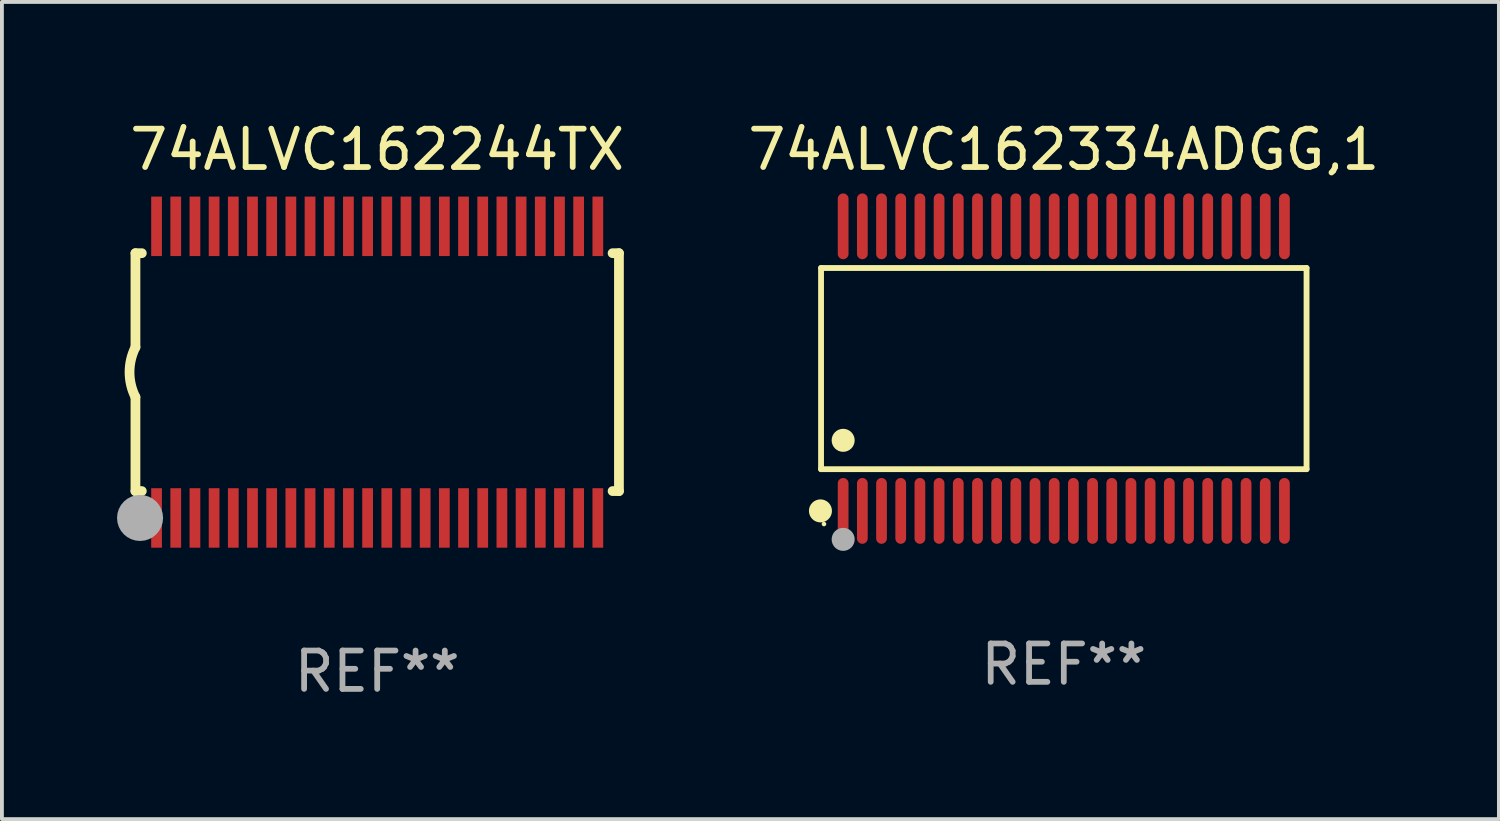
<source format=kicad_pcb>
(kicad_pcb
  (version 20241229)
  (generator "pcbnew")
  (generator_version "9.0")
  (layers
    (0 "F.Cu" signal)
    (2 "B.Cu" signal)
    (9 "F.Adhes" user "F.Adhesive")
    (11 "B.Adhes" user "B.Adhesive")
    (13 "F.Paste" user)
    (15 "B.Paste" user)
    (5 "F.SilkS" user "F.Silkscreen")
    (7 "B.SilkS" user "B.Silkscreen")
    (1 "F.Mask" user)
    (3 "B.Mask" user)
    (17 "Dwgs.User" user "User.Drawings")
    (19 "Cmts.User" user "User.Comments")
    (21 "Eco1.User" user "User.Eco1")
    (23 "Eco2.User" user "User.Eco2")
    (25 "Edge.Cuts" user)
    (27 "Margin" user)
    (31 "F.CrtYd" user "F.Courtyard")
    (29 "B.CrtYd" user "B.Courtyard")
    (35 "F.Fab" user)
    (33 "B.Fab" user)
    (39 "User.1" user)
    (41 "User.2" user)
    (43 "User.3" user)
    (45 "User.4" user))
  (footprint "74ALVC162334ADGG,1"
    (layer "F.Cu")
    (at 24.673 6.556)
    (property "Reference" "74ALVC162334ADGG,1" (at 0 -5.708 0) (layer "F.SilkS") (effects (font (size 1 1) (thickness 0.15))))
    (attr through_hole)
    (fp_line (start -6.326 -2.622) (end 6.326 -2.622) (stroke (width 0.152) (type solid)) (layer "F.SilkS"))
    (fp_line (start -6.326 2.621) (end -6.326 -2.622) (stroke (width 0.152) (type solid)) (layer "F.SilkS"))
    (fp_line (start 6.326 -2.622) (end 6.326 2.621) (stroke (width 0.152) (type solid)) (layer "F.SilkS"))
    (fp_line (start 6.326 2.621) (end -6.326 2.621) (stroke (width 0.152) (type solid)) (layer "F.SilkS"))
    (fp_circle (center -6.342 3.708) (end -6.192 3.708) (stroke (width 0.3) (type solid)) (fill no) (layer "F.SilkS"))
    (fp_circle (center -6.25 4.05) (end -6.22 4.05) (stroke (width 0.06) (type solid)) (fill no) (layer "F.SilkS"))
    (fp_circle (center -5.75 1.869) (end -5.6 1.869) (stroke (width 0.3) (type solid)) (fill no) (layer "F.SilkS"))
    (fp_circle (center -5.75 4.45) (end -5.6 4.45) (stroke (width 0.3) (type solid)) (fill no) (layer "F.Fab"))
    (fp_text user "REF**" (at 0 7.708 0) (layer "F.Fab") (effects (font (size 1 1) (thickness 0.15))))
    (pad "1" smd oval (at -5.75 3.708) (size 0.28 1.715) (layers "F.Cu" "F.Mask" "F.Paste"))
    (pad "2" smd oval (at -5.25 3.708) (size 0.28 1.715) (layers "F.Cu" "F.Mask" "F.Paste"))
    (pad "3" smd oval (at -4.75 3.708) (size 0.28 1.715) (layers "F.Cu" "F.Mask" "F.Paste"))
    (pad "4" smd oval (at -4.25 3.708) (size 0.28 1.715) (layers "F.Cu" "F.Mask" "F.Paste"))
    (pad "5" smd oval (at -3.75 3.708) (size 0.28 1.715) (layers "F.Cu" "F.Mask" "F.Paste"))
    (pad "6" smd oval (at -3.25 3.708) (size 0.28 1.715) (layers "F.Cu" "F.Mask" "F.Paste"))
    (pad "7" smd oval (at -2.75 3.708) (size 0.28 1.715) (layers "F.Cu" "F.Mask" "F.Paste"))
    (pad "8" smd oval (at -2.25 3.708) (size 0.28 1.715) (layers "F.Cu" "F.Mask" "F.Paste"))
    (pad "9" smd oval (at -1.75 3.708) (size 0.28 1.715) (layers "F.Cu" "F.Mask" "F.Paste"))
    (pad "10" smd oval (at -1.25 3.708) (size 0.28 1.715) (layers "F.Cu" "F.Mask" "F.Paste"))
    (pad "11" smd oval (at -0.75 3.708) (size 0.28 1.715) (layers "F.Cu" "F.Mask" "F.Paste"))
    (pad "12" smd oval (at -0.25 3.708) (size 0.28 1.715) (layers "F.Cu" "F.Mask" "F.Paste"))
    (pad "13" smd oval (at 0.25 3.708) (size 0.28 1.715) (layers "F.Cu" "F.Mask" "F.Paste"))
    (pad "14" smd oval (at 0.75 3.708) (size 0.28 1.715) (layers "F.Cu" "F.Mask" "F.Paste"))
    (pad "15" smd oval (at 1.25 3.708) (size 0.28 1.715) (layers "F.Cu" "F.Mask" "F.Paste"))
    (pad "16" smd oval (at 1.75 3.708) (size 0.28 1.715) (layers "F.Cu" "F.Mask" "F.Paste"))
    (pad "17" smd oval (at 2.25 3.708) (size 0.28 1.715) (layers "F.Cu" "F.Mask" "F.Paste"))
    (pad "18" smd oval (at 2.75 3.708) (size 0.28 1.715) (layers "F.Cu" "F.Mask" "F.Paste"))
    (pad "19" smd oval (at 3.25 3.708) (size 0.28 1.715) (layers "F.Cu" "F.Mask" "F.Paste"))
    (pad "20" smd oval (at 3.75 3.708) (size 0.28 1.715) (layers "F.Cu" "F.Mask" "F.Paste"))
    (pad "21" smd oval (at 4.25 3.708) (size 0.28 1.715) (layers "F.Cu" "F.Mask" "F.Paste"))
    (pad "22" smd oval (at 4.75 3.708) (size 0.28 1.715) (layers "F.Cu" "F.Mask" "F.Paste"))
    (pad "23" smd oval (at 5.25 3.708) (size 0.28 1.715) (layers "F.Cu" "F.Mask" "F.Paste"))
    (pad "24" smd oval (at 5.75 3.708) (size 0.28 1.715) (layers "F.Cu" "F.Mask" "F.Paste"))
    (pad "25" smd oval (at 5.75 -3.708) (size 0.28 1.715) (layers "F.Cu" "F.Mask" "F.Paste"))
    (pad "26" smd oval (at 5.25 -3.708) (size 0.28 1.715) (layers "F.Cu" "F.Mask" "F.Paste"))
    (pad "27" smd oval (at 4.75 -3.708) (size 0.28 1.715) (layers "F.Cu" "F.Mask" "F.Paste"))
    (pad "28" smd oval (at 4.25 -3.708) (size 0.28 1.715) (layers "F.Cu" "F.Mask" "F.Paste"))
    (pad "29" smd oval (at 3.75 -3.708) (size 0.28 1.715) (layers "F.Cu" "F.Mask" "F.Paste"))
    (pad "30" smd oval (at 3.25 -3.708) (size 0.28 1.715) (layers "F.Cu" "F.Mask" "F.Paste"))
    (pad "31" smd oval (at 2.75 -3.708) (size 0.28 1.715) (layers "F.Cu" "F.Mask" "F.Paste"))
    (pad "32" smd oval (at 2.25 -3.708) (size 0.28 1.715) (layers "F.Cu" "F.Mask" "F.Paste"))
    (pad "33" smd oval (at 1.75 -3.708) (size 0.28 1.715) (layers "F.Cu" "F.Mask" "F.Paste"))
    (pad "34" smd oval (at 1.25 -3.708) (size 0.28 1.715) (layers "F.Cu" "F.Mask" "F.Paste"))
    (pad "35" smd oval (at 0.75 -3.708) (size 0.28 1.715) (layers "F.Cu" "F.Mask" "F.Paste"))
    (pad "36" smd oval (at 0.25 -3.708) (size 0.28 1.715) (layers "F.Cu" "F.Mask" "F.Paste"))
    (pad "37" smd oval (at -0.25 -3.708) (size 0.28 1.715) (layers "F.Cu" "F.Mask" "F.Paste"))
    (pad "38" smd oval (at -0.75 -3.708) (size 0.28 1.715) (layers "F.Cu" "F.Mask" "F.Paste"))
    (pad "39" smd oval (at -1.25 -3.708) (size 0.28 1.715) (layers "F.Cu" "F.Mask" "F.Paste"))
    (pad "40" smd oval (at -1.75 -3.708) (size 0.28 1.715) (layers "F.Cu" "F.Mask" "F.Paste"))
    (pad "41" smd oval (at -2.25 -3.708) (size 0.28 1.715) (layers "F.Cu" "F.Mask" "F.Paste"))
    (pad "42" smd oval (at -2.75 -3.708) (size 0.28 1.715) (layers "F.Cu" "F.Mask" "F.Paste"))
    (pad "43" smd oval (at -3.25 -3.708) (size 0.28 1.715) (layers "F.Cu" "F.Mask" "F.Paste"))
    (pad "44" smd oval (at -3.75 -3.708) (size 0.28 1.715) (layers "F.Cu" "F.Mask" "F.Paste"))
    (pad "45" smd oval (at -4.25 -3.708) (size 0.28 1.715) (layers "F.Cu" "F.Mask" "F.Paste"))
    (pad "46" smd oval (at -4.75 -3.708) (size 0.28 1.715) (layers "F.Cu" "F.Mask" "F.Paste"))
    (pad "47" smd oval (at -5.25 -3.708) (size 0.28 1.715) (layers "F.Cu" "F.Mask" "F.Paste"))
    (pad "48" smd oval (at -5.75 -3.708) (size 0.28 1.715) (layers "F.Cu" "F.Mask" "F.Paste")))
  (footprint "74ALVC162244TX"
    (layer "F.Cu")
    (at 6.78 6.648)
    (property "Reference" "74ALVC162244TX" (at 0 -5.8 0) (layer "F.SilkS") (effects (font (size 1 1) (thickness 0.15))))
    (attr through_hole)
    (fp_line (start -6.3 -3.1) (end -6.3 -0.65) (stroke (width 0.254) (type solid)) (layer "F.SilkS"))
    (fp_line (start -6.3 -3.1) (end -6.134 -3.1) (stroke (width 0.254) (type solid)) (layer "F.SilkS"))
    (fp_line (start -6.3 3.1) (end -6.3 0.65) (stroke (width 0.254) (type solid)) (layer "F.SilkS"))
    (fp_line (start -6.3 3.1) (end -6.134 3.1) (stroke (width 0.254) (type solid)) (layer "F.SilkS"))
    (fp_line (start 6.134 -3.1) (end 6.3 -3.1) (stroke (width 0.254) (type solid)) (layer "F.SilkS"))
    (fp_line (start 6.134 3.1) (end 6.3 3.1) (stroke (width 0.254) (type solid)) (layer "F.SilkS"))
    (fp_line (start 6.3 -3.1) (end 6.3 3.1) (stroke (width 0.254) (type solid)) (layer "F.SilkS"))
    (fp_arc (start -6.301016 0.650114) (mid -6.45413 -0.000082) (end -6.3 -0.650038) (stroke (width 0.254001) (type solid)) (layer "F.SilkS"))
    (fp_circle (center -6.35 3.81) (end -6.223 3.81) (stroke (width 0.254) (type solid)) (fill no) (layer "F.SilkS"))
    (fp_circle (center -6.25 4.05) (end -6.22 4.05) (stroke (width 0.06) (type solid)) (fill no) (layer "F.SilkS"))
    (fp_circle (center -6.18 3.8) (end -5.88 3.8) (stroke (width 0.6) (type solid)) (fill no) (layer "F.Fab"))
    (fp_text user "REF**" (at 0 7.8 0) (layer "F.Fab") (effects (font (size 1 1) (thickness 0.15))))
    (pad "1" smd rect (at -5.75 3.8) (size 0.28 1.55) (layers "F.Cu" "F.Mask" "F.Paste"))
    (pad "2" smd rect (at -5.25 3.8) (size 0.28 1.55) (layers "F.Cu" "F.Mask" "F.Paste"))
    (pad "3" smd rect (at -4.75 3.8) (size 0.28 1.55) (layers "F.Cu" "F.Mask" "F.Paste"))
    (pad "4" smd rect (at -4.25 3.8) (size 0.28 1.55) (layers "F.Cu" "F.Mask" "F.Paste"))
    (pad "5" smd rect (at -3.75 3.8) (size 0.28 1.55) (layers "F.Cu" "F.Mask" "F.Paste"))
    (pad "6" smd rect (at -3.25 3.8) (size 0.28 1.55) (layers "F.Cu" "F.Mask" "F.Paste"))
    (pad "7" smd rect (at -2.75 3.8) (size 0.28 1.55) (layers "F.Cu" "F.Mask" "F.Paste"))
    (pad "8" smd rect (at -2.25 3.8) (size 0.28 1.55) (layers "F.Cu" "F.Mask" "F.Paste"))
    (pad "9" smd rect (at -1.75 3.8) (size 0.28 1.55) (layers "F.Cu" "F.Mask" "F.Paste"))
    (pad "10" smd rect (at -1.25 3.8) (size 0.28 1.55) (layers "F.Cu" "F.Mask" "F.Paste"))
    (pad "11" smd rect (at -0.75 3.8) (size 0.28 1.55) (layers "F.Cu" "F.Mask" "F.Paste"))
    (pad "12" smd rect (at -0.25 3.8) (size 0.28 1.55) (layers "F.Cu" "F.Mask" "F.Paste"))
    (pad "13" smd rect (at 0.25 3.8) (size 0.28 1.55) (layers "F.Cu" "F.Mask" "F.Paste"))
    (pad "14" smd rect (at 0.75 3.8) (size 0.28 1.55) (layers "F.Cu" "F.Mask" "F.Paste"))
    (pad "15" smd rect (at 1.25 3.8) (size 0.28 1.55) (layers "F.Cu" "F.Mask" "F.Paste"))
    (pad "16" smd rect (at 1.75 3.8) (size 0.28 1.55) (layers "F.Cu" "F.Mask" "F.Paste"))
    (pad "17" smd rect (at 2.25 3.8) (size 0.28 1.55) (layers "F.Cu" "F.Mask" "F.Paste"))
    (pad "18" smd rect (at 2.75 3.8) (size 0.28 1.55) (layers "F.Cu" "F.Mask" "F.Paste"))
    (pad "19" smd rect (at 3.25 3.8) (size 0.28 1.55) (layers "F.Cu" "F.Mask" "F.Paste"))
    (pad "20" smd rect (at 3.75 3.8) (size 0.28 1.55) (layers "F.Cu" "F.Mask" "F.Paste"))
    (pad "21" smd rect (at 4.25 3.8) (size 0.28 1.55) (layers "F.Cu" "F.Mask" "F.Paste"))
    (pad "22" smd rect (at 4.75 3.8) (size 0.28 1.55) (layers "F.Cu" "F.Mask" "F.Paste"))
    (pad "23" smd rect (at 5.25 3.8) (size 0.28 1.55) (layers "F.Cu" "F.Mask" "F.Paste"))
    (pad "24" smd rect (at 5.75 3.8) (size 0.28 1.55) (layers "F.Cu" "F.Mask" "F.Paste"))
    (pad "25" smd rect (at 5.75 -3.8) (size 0.28 1.55) (layers "F.Cu" "F.Mask" "F.Paste"))
    (pad "26" smd rect (at 5.25 -3.8) (size 0.28 1.55) (layers "F.Cu" "F.Mask" "F.Paste"))
    (pad "27" smd rect (at 4.75 -3.8) (size 0.28 1.55) (layers "F.Cu" "F.Mask" "F.Paste"))
    (pad "28" smd rect (at 4.25 -3.8) (size 0.28 1.55) (layers "F.Cu" "F.Mask" "F.Paste"))
    (pad "29" smd rect (at 3.75 -3.8) (size 0.28 1.55) (layers "F.Cu" "F.Mask" "F.Paste"))
    (pad "30" smd rect (at 3.25 -3.8) (size 0.28 1.55) (layers "F.Cu" "F.Mask" "F.Paste"))
    (pad "31" smd rect (at 2.75 -3.8) (size 0.28 1.55) (layers "F.Cu" "F.Mask" "F.Paste"))
    (pad "32" smd rect (at 2.25 -3.8) (size 0.28 1.55) (layers "F.Cu" "F.Mask" "F.Paste"))
    (pad "33" smd rect (at 1.75 -3.8) (size 0.28 1.55) (layers "F.Cu" "F.Mask" "F.Paste"))
    (pad "34" smd rect (at 1.25 -3.8) (size 0.28 1.55) (layers "F.Cu" "F.Mask" "F.Paste"))
    (pad "35" smd rect (at 0.75 -3.8) (size 0.28 1.55) (layers "F.Cu" "F.Mask" "F.Paste"))
    (pad "36" smd rect (at 0.25 -3.8) (size 0.28 1.55) (layers "F.Cu" "F.Mask" "F.Paste"))
    (pad "37" smd rect (at -0.25 -3.8) (size 0.28 1.55) (layers "F.Cu" "F.Mask" "F.Paste"))
    (pad "38" smd rect (at -0.75 -3.8) (size 0.28 1.55) (layers "F.Cu" "F.Mask" "F.Paste"))
    (pad "39" smd rect (at -1.25 -3.8) (size 0.28 1.55) (layers "F.Cu" "F.Mask" "F.Paste"))
    (pad "40" smd rect (at -1.75 -3.8) (size 0.28 1.55) (layers "F.Cu" "F.Mask" "F.Paste"))
    (pad "41" smd rect (at -2.25 -3.8) (size 0.28 1.55) (layers "F.Cu" "F.Mask" "F.Paste"))
    (pad "42" smd rect (at -2.75 -3.8) (size 0.28 1.55) (layers "F.Cu" "F.Mask" "F.Paste"))
    (pad "43" smd rect (at -3.25 -3.8) (size 0.28 1.55) (layers "F.Cu" "F.Mask" "F.Paste"))
    (pad "44" smd rect (at -3.75 -3.8) (size 0.28 1.55) (layers "F.Cu" "F.Mask" "F.Paste"))
    (pad "45" smd rect (at -4.25 -3.8) (size 0.28 1.55) (layers "F.Cu" "F.Mask" "F.Paste"))
    (pad "46" smd rect (at -4.75 -3.8) (size 0.28 1.55) (layers "F.Cu" "F.Mask" "F.Paste"))
    (pad "47" smd rect (at -5.25 -3.8) (size 0.28 1.55) (layers "F.Cu" "F.Mask" "F.Paste"))
    (pad "48" smd rect (at -5.75 -3.8) (size 0.28 1.55) (layers "F.Cu" "F.Mask" "F.Paste")))
  (gr_rect
    (start -3 -3)
    (end 36.012 18.296)
    (stroke (width 0.1) (type default))
    (fill no)
    (layer "Edge.Cuts")))
</source>
